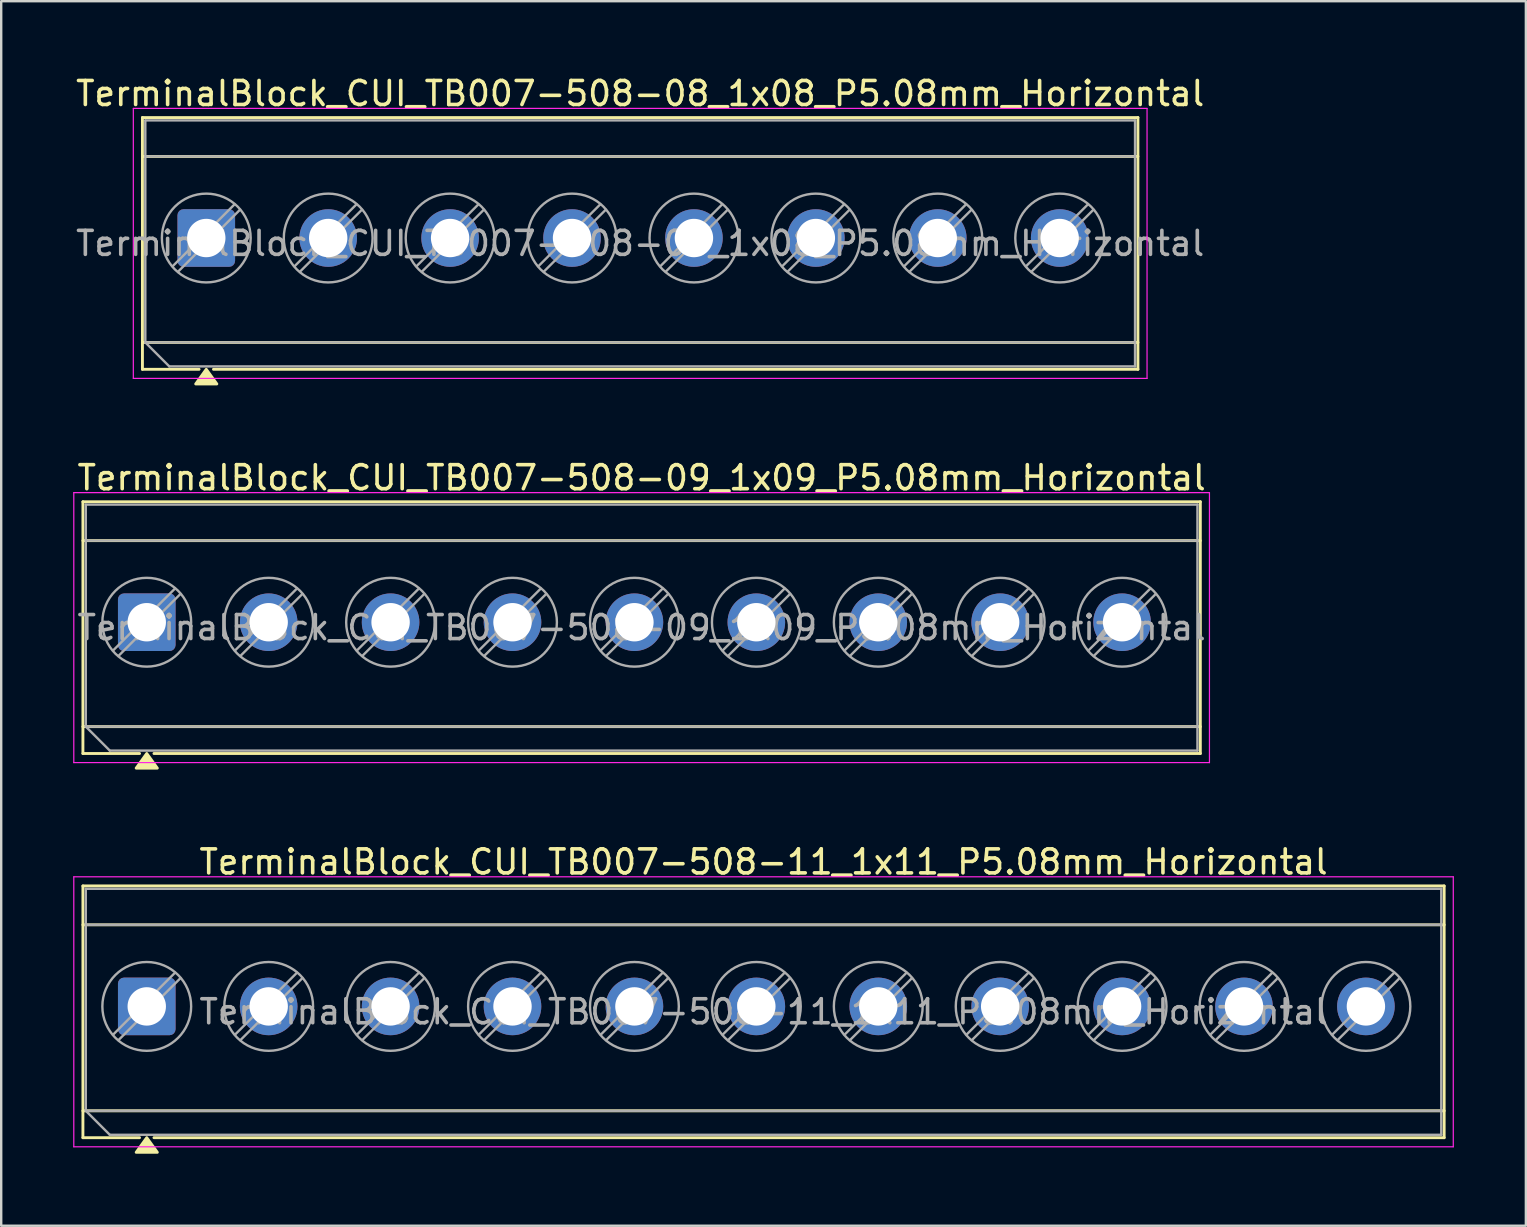
<source format=kicad_pcb>
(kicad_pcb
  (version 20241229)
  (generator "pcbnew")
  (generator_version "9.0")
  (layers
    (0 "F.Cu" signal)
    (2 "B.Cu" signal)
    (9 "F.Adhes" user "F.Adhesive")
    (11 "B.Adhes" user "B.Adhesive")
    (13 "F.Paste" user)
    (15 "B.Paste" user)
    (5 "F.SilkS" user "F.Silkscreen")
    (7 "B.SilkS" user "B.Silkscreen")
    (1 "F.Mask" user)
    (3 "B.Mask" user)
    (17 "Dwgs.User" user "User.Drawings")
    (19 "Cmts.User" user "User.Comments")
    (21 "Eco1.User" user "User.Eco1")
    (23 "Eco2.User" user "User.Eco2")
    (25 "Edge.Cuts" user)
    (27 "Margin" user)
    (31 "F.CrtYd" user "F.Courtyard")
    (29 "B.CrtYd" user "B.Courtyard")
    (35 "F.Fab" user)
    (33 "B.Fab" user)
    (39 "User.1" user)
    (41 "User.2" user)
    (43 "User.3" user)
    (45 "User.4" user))
  (footprint "TerminalBlock_CUI_TB007-508-09_1x09_P5.08mm_Horizontal"
    (layer "F.Cu")
    (at 3.065 22.877)
    (property "Reference" "TerminalBlock_CUI_TB007-508-09_1x09_P5.08mm_Horizontal" (at 20.62 -6.02 0) (layer "F.SilkS") (effects (font (size 1 1) (thickness 0.15))))
    (attr through_hole)
    (fp_line (start -2.66 -5.02) (end 43.9 -5.02) (stroke (width 0.12) (type solid)) (layer "F.SilkS"))
    (fp_line (start -2.66 -3.4) (end 43.9 -3.4) (stroke (width 0.12) (type solid)) (layer "F.SilkS"))
    (fp_line (start -2.66 4.35) (end 43.9 4.35) (stroke (width 0.12) (type solid)) (layer "F.SilkS"))
    (fp_line (start -2.66 5.47) (end -2.66 -5.02) (stroke (width 0.12) (type solid)) (layer "F.SilkS"))
    (fp_line (start -0.3 5.47) (end -2.66 5.47) (stroke (width 0.12) (type solid)) (layer "F.SilkS"))
    (fp_line (start 43.9 -5.02) (end 43.9 5.47) (stroke (width 0.12) (type solid)) (layer "F.SilkS"))
    (fp_line (start 43.9 5.47) (end 0.3 5.47) (stroke (width 0.12) (type solid)) (layer "F.SilkS"))
    (fp_poly (pts (xy 0 5.47) (xy 0.44 6.08) (xy -0.44 6.08)) (stroke (width 0.12) (type solid)) (fill yes) (layer "F.SilkS"))
    (fp_line (start -3.04 -5.4) (end -3.04 5.85) (stroke (width 0.05) (type solid)) (layer "F.CrtYd"))
    (fp_line (start -3.04 5.85) (end 44.28 5.85) (stroke (width 0.05) (type solid)) (layer "F.CrtYd"))
    (fp_line (start 44.28 -5.4) (end -3.04 -5.4) (stroke (width 0.05) (type solid)) (layer "F.CrtYd"))
    (fp_line (start 44.28 5.85) (end 44.28 -5.4) (stroke (width 0.05) (type solid)) (layer "F.CrtYd"))
    (fp_line (start -2.54 -4.9) (end 43.78 -4.9) (stroke (width 0.1) (type solid)) (layer "F.Fab"))
    (fp_line (start -2.54 -3.4) (end 43.78 -3.4) (stroke (width 0.1) (type solid)) (layer "F.Fab"))
    (fp_line (start -2.54 4.35) (end -2.54 -4.9) (stroke (width 0.1) (type solid)) (layer "F.Fab"))
    (fp_line (start -2.54 4.35) (end 43.78 4.35) (stroke (width 0.1) (type solid)) (layer "F.Fab"))
    (fp_line (start -1.54 5.35) (end -2.54 4.35) (stroke (width 0.1) (type solid)) (layer "F.Fab"))
    (fp_line (start 1.177 -1.403) (end -1.403 1.177) (stroke (width 0.1) (type solid)) (layer "F.Fab"))
    (fp_line (start 1.403 -1.177) (end -1.177 1.403) (stroke (width 0.1) (type solid)) (layer "F.Fab"))
    (fp_line (start 6.257 -1.403) (end 3.677 1.177) (stroke (width 0.1) (type solid)) (layer "F.Fab"))
    (fp_line (start 6.483 -1.177) (end 3.903 1.403) (stroke (width 0.1) (type solid)) (layer "F.Fab"))
    (fp_line (start 11.337 -1.403) (end 8.757 1.177) (stroke (width 0.1) (type solid)) (layer "F.Fab"))
    (fp_line (start 11.563 -1.177) (end 8.983 1.403) (stroke (width 0.1) (type solid)) (layer "F.Fab"))
    (fp_line (start 16.417 -1.403) (end 13.837 1.177) (stroke (width 0.1) (type solid)) (layer "F.Fab"))
    (fp_line (start 16.643 -1.177) (end 14.063 1.403) (stroke (width 0.1) (type solid)) (layer "F.Fab"))
    (fp_line (start 21.497 -1.403) (end 18.917 1.177) (stroke (width 0.1) (type solid)) (layer "F.Fab"))
    (fp_line (start 21.723 -1.177) (end 19.143 1.403) (stroke (width 0.1) (type solid)) (layer "F.Fab"))
    (fp_line (start 26.577 -1.403) (end 23.997 1.177) (stroke (width 0.1) (type solid)) (layer "F.Fab"))
    (fp_line (start 26.803 -1.177) (end 24.223 1.403) (stroke (width 0.1) (type solid)) (layer "F.Fab"))
    (fp_line (start 31.657 -1.403) (end 29.077 1.177) (stroke (width 0.1) (type solid)) (layer "F.Fab"))
    (fp_line (start 31.883 -1.177) (end 29.303 1.403) (stroke (width 0.1) (type solid)) (layer "F.Fab"))
    (fp_line (start 36.737 -1.403) (end 34.157 1.177) (stroke (width 0.1) (type solid)) (layer "F.Fab"))
    (fp_line (start 36.963 -1.177) (end 34.383 1.403) (stroke (width 0.1) (type solid)) (layer "F.Fab"))
    (fp_line (start 41.817 -1.403) (end 39.237 1.177) (stroke (width 0.1) (type solid)) (layer "F.Fab"))
    (fp_line (start 42.043 -1.177) (end 39.463 1.403) (stroke (width 0.1) (type solid)) (layer "F.Fab"))
    (fp_line (start 43.78 -4.9) (end 43.78 5.35) (stroke (width 0.1) (type solid)) (layer "F.Fab"))
    (fp_line (start 43.78 5.35) (end -1.54 5.35) (stroke (width 0.1) (type solid)) (layer "F.Fab"))
    (fp_circle (center 0 0) (end 1.85 0) (stroke (width 0.1) (type solid)) (fill no) (layer "F.Fab"))
    (fp_circle (center 5.08 0) (end 6.93 0) (stroke (width 0.1) (type solid)) (fill no) (layer "F.Fab"))
    (fp_circle (center 10.16 0) (end 12.01 0) (stroke (width 0.1) (type solid)) (fill no) (layer "F.Fab"))
    (fp_circle (center 15.24 0) (end 17.09 0) (stroke (width 0.1) (type solid)) (fill no) (layer "F.Fab"))
    (fp_circle (center 20.32 0) (end 22.17 0) (stroke (width 0.1) (type solid)) (fill no) (layer "F.Fab"))
    (fp_circle (center 25.4 0) (end 27.25 0) (stroke (width 0.1) (type solid)) (fill no) (layer "F.Fab"))
    (fp_circle (center 30.48 0) (end 32.33 0) (stroke (width 0.1) (type solid)) (fill no) (layer "F.Fab"))
    (fp_circle (center 35.56 0) (end 37.41 0) (stroke (width 0.1) (type solid)) (fill no) (layer "F.Fab"))
    (fp_circle (center 40.64 0) (end 42.49 0) (stroke (width 0.1) (type solid)) (fill no) (layer "F.Fab"))
    (fp_text user "${REFERENCE}" (at 20.62 0.225 0) (layer "F.Fab") (effects (font (size 1 1) (thickness 0.15))))
    (pad "1" thru_hole roundrect (at 0 0) (size 2.4 2.4) (drill 1.6) (layers "*.Cu" "*.Mask") (roundrect_rratio 0.104))
    (pad "2" thru_hole circle (at 5.08 0) (size 2.4 2.4) (drill 1.6) (layers "*.Cu" "*.Mask"))
    (pad "3" thru_hole circle (at 10.16 0) (size 2.4 2.4) (drill 1.6) (layers "*.Cu" "*.Mask"))
    (pad "4" thru_hole circle (at 15.24 0) (size 2.4 2.4) (drill 1.6) (layers "*.Cu" "*.Mask"))
    (pad "5" thru_hole circle (at 20.32 0) (size 2.4 2.4) (drill 1.6) (layers "*.Cu" "*.Mask"))
    (pad "6" thru_hole circle (at 25.4 0) (size 2.4 2.4) (drill 1.6) (layers "*.Cu" "*.Mask"))
    (pad "7" thru_hole circle (at 30.48 0) (size 2.4 2.4) (drill 1.6) (layers "*.Cu" "*.Mask"))
    (pad "8" thru_hole circle (at 35.56 0) (size 2.4 2.4) (drill 1.6) (layers "*.Cu" "*.Mask"))
    (pad "9" thru_hole circle (at 40.64 0) (size 2.4 2.4) (drill 1.6) (layers "*.Cu" "*.Mask")))
  (footprint "TerminalBlock_CUI_TB007-508-11_1x11_P5.08mm_Horizontal"
    (layer "F.Cu")
    (at 3.065 38.885)
    (property "Reference" "TerminalBlock_CUI_TB007-508-11_1x11_P5.08mm_Horizontal" (at 25.7 -6.02 0) (layer "F.SilkS") (effects (font (size 1 1) (thickness 0.15))))
    (attr through_hole)
    (fp_line (start -2.66 -5.02) (end 54.06 -5.02) (stroke (width 0.12) (type solid)) (layer "F.SilkS"))
    (fp_line (start -2.66 -3.4) (end 54.06 -3.4) (stroke (width 0.12) (type solid)) (layer "F.SilkS"))
    (fp_line (start -2.66 4.35) (end 54.06 4.35) (stroke (width 0.12) (type solid)) (layer "F.SilkS"))
    (fp_line (start -2.66 5.47) (end -2.66 -5.02) (stroke (width 0.12) (type solid)) (layer "F.SilkS"))
    (fp_line (start -0.3 5.47) (end -2.66 5.47) (stroke (width 0.12) (type solid)) (layer "F.SilkS"))
    (fp_line (start 54.06 -5.02) (end 54.06 5.47) (stroke (width 0.12) (type solid)) (layer "F.SilkS"))
    (fp_line (start 54.06 5.47) (end 0.3 5.47) (stroke (width 0.12) (type solid)) (layer "F.SilkS"))
    (fp_poly (pts (xy 0 5.47) (xy 0.44 6.08) (xy -0.44 6.08)) (stroke (width 0.12) (type solid)) (fill yes) (layer "F.SilkS"))
    (fp_line (start -3.04 -5.4) (end -3.04 5.85) (stroke (width 0.05) (type solid)) (layer "F.CrtYd"))
    (fp_line (start -3.04 5.85) (end 54.44 5.85) (stroke (width 0.05) (type solid)) (layer "F.CrtYd"))
    (fp_line (start 54.44 -5.4) (end -3.04 -5.4) (stroke (width 0.05) (type solid)) (layer "F.CrtYd"))
    (fp_line (start 54.44 5.85) (end 54.44 -5.4) (stroke (width 0.05) (type solid)) (layer "F.CrtYd"))
    (fp_line (start -2.54 -4.9) (end 53.94 -4.9) (stroke (width 0.1) (type solid)) (layer "F.Fab"))
    (fp_line (start -2.54 -3.4) (end 53.94 -3.4) (stroke (width 0.1) (type solid)) (layer "F.Fab"))
    (fp_line (start -2.54 4.35) (end -2.54 -4.9) (stroke (width 0.1) (type solid)) (layer "F.Fab"))
    (fp_line (start -2.54 4.35) (end 53.94 4.35) (stroke (width 0.1) (type solid)) (layer "F.Fab"))
    (fp_line (start -1.54 5.35) (end -2.54 4.35) (stroke (width 0.1) (type solid)) (layer "F.Fab"))
    (fp_line (start 1.177 -1.403) (end -1.403 1.177) (stroke (width 0.1) (type solid)) (layer "F.Fab"))
    (fp_line (start 1.403 -1.177) (end -1.177 1.403) (stroke (width 0.1) (type solid)) (layer "F.Fab"))
    (fp_line (start 6.257 -1.403) (end 3.677 1.177) (stroke (width 0.1) (type solid)) (layer "F.Fab"))
    (fp_line (start 6.483 -1.177) (end 3.903 1.403) (stroke (width 0.1) (type solid)) (layer "F.Fab"))
    (fp_line (start 11.337 -1.403) (end 8.757 1.177) (stroke (width 0.1) (type solid)) (layer "F.Fab"))
    (fp_line (start 11.563 -1.177) (end 8.983 1.403) (stroke (width 0.1) (type solid)) (layer "F.Fab"))
    (fp_line (start 16.417 -1.403) (end 13.837 1.177) (stroke (width 0.1) (type solid)) (layer "F.Fab"))
    (fp_line (start 16.643 -1.177) (end 14.063 1.403) (stroke (width 0.1) (type solid)) (layer "F.Fab"))
    (fp_line (start 21.497 -1.403) (end 18.917 1.177) (stroke (width 0.1) (type solid)) (layer "F.Fab"))
    (fp_line (start 21.723 -1.177) (end 19.143 1.403) (stroke (width 0.1) (type solid)) (layer "F.Fab"))
    (fp_line (start 26.577 -1.403) (end 23.997 1.177) (stroke (width 0.1) (type solid)) (layer "F.Fab"))
    (fp_line (start 26.803 -1.177) (end 24.223 1.403) (stroke (width 0.1) (type solid)) (layer "F.Fab"))
    (fp_line (start 31.657 -1.403) (end 29.077 1.177) (stroke (width 0.1) (type solid)) (layer "F.Fab"))
    (fp_line (start 31.883 -1.177) (end 29.303 1.403) (stroke (width 0.1) (type solid)) (layer "F.Fab"))
    (fp_line (start 36.737 -1.403) (end 34.157 1.177) (stroke (width 0.1) (type solid)) (layer "F.Fab"))
    (fp_line (start 36.963 -1.177) (end 34.383 1.403) (stroke (width 0.1) (type solid)) (layer "F.Fab"))
    (fp_line (start 41.817 -1.403) (end 39.237 1.177) (stroke (width 0.1) (type solid)) (layer "F.Fab"))
    (fp_line (start 42.043 -1.177) (end 39.463 1.403) (stroke (width 0.1) (type solid)) (layer "F.Fab"))
    (fp_line (start 46.897 -1.403) (end 44.317 1.177) (stroke (width 0.1) (type solid)) (layer "F.Fab"))
    (fp_line (start 47.123 -1.177) (end 44.543 1.403) (stroke (width 0.1) (type solid)) (layer "F.Fab"))
    (fp_line (start 51.977 -1.403) (end 49.397 1.177) (stroke (width 0.1) (type solid)) (layer "F.Fab"))
    (fp_line (start 52.203 -1.177) (end 49.623 1.403) (stroke (width 0.1) (type solid)) (layer "F.Fab"))
    (fp_line (start 53.94 -4.9) (end 53.94 5.35) (stroke (width 0.1) (type solid)) (layer "F.Fab"))
    (fp_line (start 53.94 5.35) (end -1.54 5.35) (stroke (width 0.1) (type solid)) (layer "F.Fab"))
    (fp_circle (center 0 0) (end 1.85 0) (stroke (width 0.1) (type solid)) (fill no) (layer "F.Fab"))
    (fp_circle (center 5.08 0) (end 6.93 0) (stroke (width 0.1) (type solid)) (fill no) (layer "F.Fab"))
    (fp_circle (center 10.16 0) (end 12.01 0) (stroke (width 0.1) (type solid)) (fill no) (layer "F.Fab"))
    (fp_circle (center 15.24 0) (end 17.09 0) (stroke (width 0.1) (type solid)) (fill no) (layer "F.Fab"))
    (fp_circle (center 20.32 0) (end 22.17 0) (stroke (width 0.1) (type solid)) (fill no) (layer "F.Fab"))
    (fp_circle (center 25.4 0) (end 27.25 0) (stroke (width 0.1) (type solid)) (fill no) (layer "F.Fab"))
    (fp_circle (center 30.48 0) (end 32.33 0) (stroke (width 0.1) (type solid)) (fill no) (layer "F.Fab"))
    (fp_circle (center 35.56 0) (end 37.41 0) (stroke (width 0.1) (type solid)) (fill no) (layer "F.Fab"))
    (fp_circle (center 40.64 0) (end 42.49 0) (stroke (width 0.1) (type solid)) (fill no) (layer "F.Fab"))
    (fp_circle (center 45.72 0) (end 47.57 0) (stroke (width 0.1) (type solid)) (fill no) (layer "F.Fab"))
    (fp_circle (center 50.8 0) (end 52.65 0) (stroke (width 0.1) (type solid)) (fill no) (layer "F.Fab"))
    (fp_text user "${REFERENCE}" (at 25.7 0.225 0) (layer "F.Fab") (effects (font (size 1 1) (thickness 0.15))))
    (pad "1" thru_hole roundrect (at 0 0) (size 2.4 2.4) (drill 1.6) (layers "*.Cu" "*.Mask") (roundrect_rratio 0.104))
    (pad "2" thru_hole circle (at 5.08 0) (size 2.4 2.4) (drill 1.6) (layers "*.Cu" "*.Mask"))
    (pad "3" thru_hole circle (at 10.16 0) (size 2.4 2.4) (drill 1.6) (layers "*.Cu" "*.Mask"))
    (pad "4" thru_hole circle (at 15.24 0) (size 2.4 2.4) (drill 1.6) (layers "*.Cu" "*.Mask"))
    (pad "5" thru_hole circle (at 20.32 0) (size 2.4 2.4) (drill 1.6) (layers "*.Cu" "*.Mask"))
    (pad "6" thru_hole circle (at 25.4 0) (size 2.4 2.4) (drill 1.6) (layers "*.Cu" "*.Mask"))
    (pad "7" thru_hole circle (at 30.48 0) (size 2.4 2.4) (drill 1.6) (layers "*.Cu" "*.Mask"))
    (pad "8" thru_hole circle (at 35.56 0) (size 2.4 2.4) (drill 1.6) (layers "*.Cu" "*.Mask"))
    (pad "9" thru_hole circle (at 40.64 0) (size 2.4 2.4) (drill 1.6) (layers "*.Cu" "*.Mask"))
    (pad "10" thru_hole circle (at 45.72 0) (size 2.4 2.4) (drill 1.6) (layers "*.Cu" "*.Mask"))
    (pad "11" thru_hole circle (at 50.8 0) (size 2.4 2.4) (drill 1.6) (layers "*.Cu" "*.Mask")))
  (footprint "TerminalBlock_CUI_TB007-508-08_1x08_P5.08mm_Horizontal"
    (layer "F.Cu")
    (at 5.545 6.868)
    (property "Reference" "TerminalBlock_CUI_TB007-508-08_1x08_P5.08mm_Horizontal" (at 18.08 -6.02 0) (layer "F.SilkS") (effects (font (size 1 1) (thickness 0.15))))
    (attr through_hole)
    (fp_line (start -2.66 -5.02) (end 38.82 -5.02) (stroke (width 0.12) (type solid)) (layer "F.SilkS"))
    (fp_line (start -2.66 -3.4) (end 38.82 -3.4) (stroke (width 0.12) (type solid)) (layer "F.SilkS"))
    (fp_line (start -2.66 4.35) (end 38.82 4.35) (stroke (width 0.12) (type solid)) (layer "F.SilkS"))
    (fp_line (start -2.66 5.47) (end -2.66 -5.02) (stroke (width 0.12) (type solid)) (layer "F.SilkS"))
    (fp_line (start -0.3 5.47) (end -2.66 5.47) (stroke (width 0.12) (type solid)) (layer "F.SilkS"))
    (fp_line (start 38.82 -5.02) (end 38.82 5.47) (stroke (width 0.12) (type solid)) (layer "F.SilkS"))
    (fp_line (start 38.82 5.47) (end 0.3 5.47) (stroke (width 0.12) (type solid)) (layer "F.SilkS"))
    (fp_poly (pts (xy 0 5.47) (xy 0.44 6.08) (xy -0.44 6.08)) (stroke (width 0.12) (type solid)) (fill yes) (layer "F.SilkS"))
    (fp_line (start -3.04 -5.4) (end -3.04 5.85) (stroke (width 0.05) (type solid)) (layer "F.CrtYd"))
    (fp_line (start -3.04 5.85) (end 39.2 5.85) (stroke (width 0.05) (type solid)) (layer "F.CrtYd"))
    (fp_line (start 39.2 -5.4) (end -3.04 -5.4) (stroke (width 0.05) (type solid)) (layer "F.CrtYd"))
    (fp_line (start 39.2 5.85) (end 39.2 -5.4) (stroke (width 0.05) (type solid)) (layer "F.CrtYd"))
    (fp_line (start -2.54 -4.9) (end 38.7 -4.9) (stroke (width 0.1) (type solid)) (layer "F.Fab"))
    (fp_line (start -2.54 -3.4) (end 38.7 -3.4) (stroke (width 0.1) (type solid)) (layer "F.Fab"))
    (fp_line (start -2.54 4.35) (end -2.54 -4.9) (stroke (width 0.1) (type solid)) (layer "F.Fab"))
    (fp_line (start -2.54 4.35) (end 38.7 4.35) (stroke (width 0.1) (type solid)) (layer "F.Fab"))
    (fp_line (start -1.54 5.35) (end -2.54 4.35) (stroke (width 0.1) (type solid)) (layer "F.Fab"))
    (fp_line (start 1.177 -1.403) (end -1.403 1.177) (stroke (width 0.1) (type solid)) (layer "F.Fab"))
    (fp_line (start 1.403 -1.177) (end -1.177 1.403) (stroke (width 0.1) (type solid)) (layer "F.Fab"))
    (fp_line (start 6.257 -1.403) (end 3.677 1.177) (stroke (width 0.1) (type solid)) (layer "F.Fab"))
    (fp_line (start 6.483 -1.177) (end 3.903 1.403) (stroke (width 0.1) (type solid)) (layer "F.Fab"))
    (fp_line (start 11.337 -1.403) (end 8.757 1.177) (stroke (width 0.1) (type solid)) (layer "F.Fab"))
    (fp_line (start 11.563 -1.177) (end 8.983 1.403) (stroke (width 0.1) (type solid)) (layer "F.Fab"))
    (fp_line (start 16.417 -1.403) (end 13.837 1.177) (stroke (width 0.1) (type solid)) (layer "F.Fab"))
    (fp_line (start 16.643 -1.177) (end 14.063 1.403) (stroke (width 0.1) (type solid)) (layer "F.Fab"))
    (fp_line (start 21.497 -1.403) (end 18.917 1.177) (stroke (width 0.1) (type solid)) (layer "F.Fab"))
    (fp_line (start 21.723 -1.177) (end 19.143 1.403) (stroke (width 0.1) (type solid)) (layer "F.Fab"))
    (fp_line (start 26.577 -1.403) (end 23.997 1.177) (stroke (width 0.1) (type solid)) (layer "F.Fab"))
    (fp_line (start 26.803 -1.177) (end 24.223 1.403) (stroke (width 0.1) (type solid)) (layer "F.Fab"))
    (fp_line (start 31.657 -1.403) (end 29.077 1.177) (stroke (width 0.1) (type solid)) (layer "F.Fab"))
    (fp_line (start 31.883 -1.177) (end 29.303 1.403) (stroke (width 0.1) (type solid)) (layer "F.Fab"))
    (fp_line (start 36.737 -1.403) (end 34.157 1.177) (stroke (width 0.1) (type solid)) (layer "F.Fab"))
    (fp_line (start 36.963 -1.177) (end 34.383 1.403) (stroke (width 0.1) (type solid)) (layer "F.Fab"))
    (fp_line (start 38.7 -4.9) (end 38.7 5.35) (stroke (width 0.1) (type solid)) (layer "F.Fab"))
    (fp_line (start 38.7 5.35) (end -1.54 5.35) (stroke (width 0.1) (type solid)) (layer "F.Fab"))
    (fp_circle (center 0 0) (end 1.85 0) (stroke (width 0.1) (type solid)) (fill no) (layer "F.Fab"))
    (fp_circle (center 5.08 0) (end 6.93 0) (stroke (width 0.1) (type solid)) (fill no) (layer "F.Fab"))
    (fp_circle (center 10.16 0) (end 12.01 0) (stroke (width 0.1) (type solid)) (fill no) (layer "F.Fab"))
    (fp_circle (center 15.24 0) (end 17.09 0) (stroke (width 0.1) (type solid)) (fill no) (layer "F.Fab"))
    (fp_circle (center 20.32 0) (end 22.17 0) (stroke (width 0.1) (type solid)) (fill no) (layer "F.Fab"))
    (fp_circle (center 25.4 0) (end 27.25 0) (stroke (width 0.1) (type solid)) (fill no) (layer "F.Fab"))
    (fp_circle (center 30.48 0) (end 32.33 0) (stroke (width 0.1) (type solid)) (fill no) (layer "F.Fab"))
    (fp_circle (center 35.56 0) (end 37.41 0) (stroke (width 0.1) (type solid)) (fill no) (layer "F.Fab"))
    (fp_text user "${REFERENCE}" (at 18.08 0.225 0) (layer "F.Fab") (effects (font (size 1 1) (thickness 0.15))))
    (pad "1" thru_hole roundrect (at 0 0) (size 2.4 2.4) (drill 1.6) (layers "*.Cu" "*.Mask") (roundrect_rratio 0.104))
    (pad "2" thru_hole circle (at 5.08 0) (size 2.4 2.4) (drill 1.6) (layers "*.Cu" "*.Mask"))
    (pad "3" thru_hole circle (at 10.16 0) (size 2.4 2.4) (drill 1.6) (layers "*.Cu" "*.Mask"))
    (pad "4" thru_hole circle (at 15.24 0) (size 2.4 2.4) (drill 1.6) (layers "*.Cu" "*.Mask"))
    (pad "5" thru_hole circle (at 20.32 0) (size 2.4 2.4) (drill 1.6) (layers "*.Cu" "*.Mask"))
    (pad "6" thru_hole circle (at 25.4 0) (size 2.4 2.4) (drill 1.6) (layers "*.Cu" "*.Mask"))
    (pad "7" thru_hole circle (at 30.48 0) (size 2.4 2.4) (drill 1.6) (layers "*.Cu" "*.Mask"))
    (pad "8" thru_hole circle (at 35.56 0) (size 2.4 2.4) (drill 1.6) (layers "*.Cu" "*.Mask")))
  (gr_rect
    (start -3 -3)
    (end 60.53 48.025)
    (stroke (width 0.1) (type default))
    (fill no)
    (layer "Edge.Cuts")))
</source>
